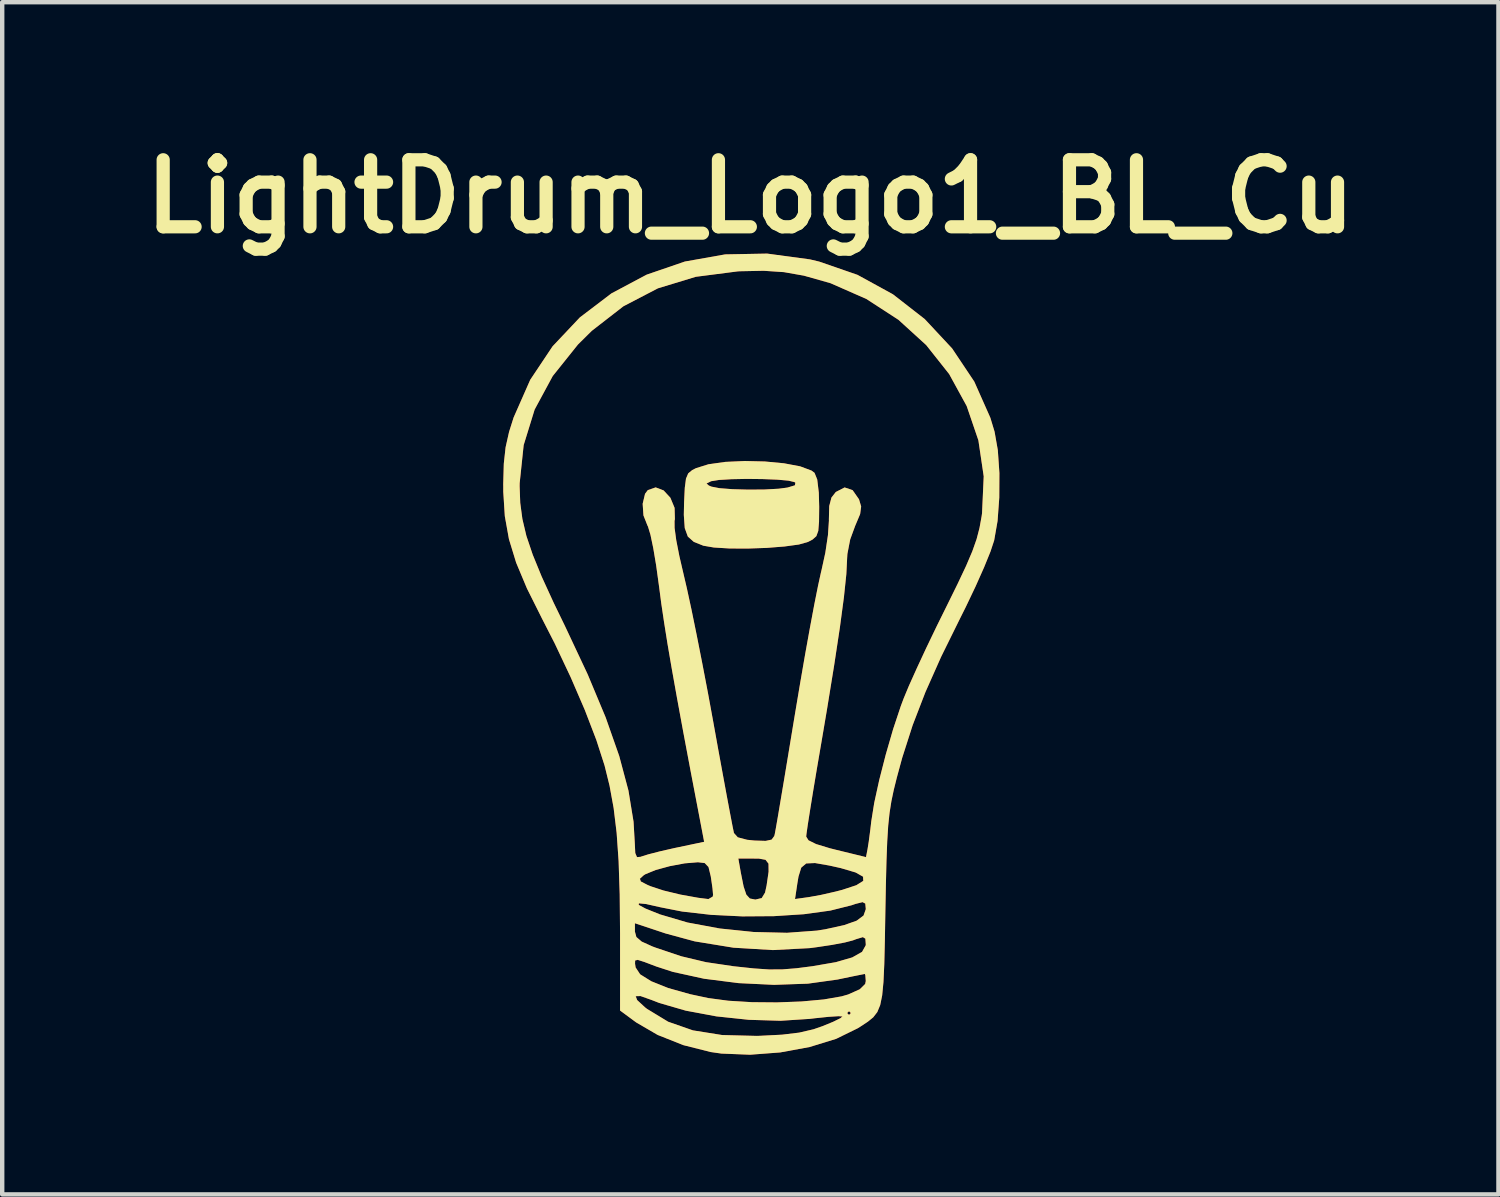
<source format=kicad_pcb>
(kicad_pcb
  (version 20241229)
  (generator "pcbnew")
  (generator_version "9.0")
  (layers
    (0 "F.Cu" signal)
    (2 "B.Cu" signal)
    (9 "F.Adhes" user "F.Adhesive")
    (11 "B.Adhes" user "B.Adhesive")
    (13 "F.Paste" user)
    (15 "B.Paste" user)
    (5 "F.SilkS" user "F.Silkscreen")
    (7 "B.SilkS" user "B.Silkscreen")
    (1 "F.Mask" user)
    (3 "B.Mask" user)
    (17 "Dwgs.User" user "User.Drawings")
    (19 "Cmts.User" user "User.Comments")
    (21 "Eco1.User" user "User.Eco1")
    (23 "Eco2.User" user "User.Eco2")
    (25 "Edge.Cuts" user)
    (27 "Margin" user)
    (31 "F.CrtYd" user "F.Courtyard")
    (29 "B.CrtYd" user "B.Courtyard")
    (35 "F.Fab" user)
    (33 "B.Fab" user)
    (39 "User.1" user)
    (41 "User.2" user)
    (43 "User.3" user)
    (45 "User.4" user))
  (footprint "LightDrum_Logo1_BL_Cu"
    (layer "F.Cu")
    (at 14.014 11.818)
    (property "Reference" "LightDrum_Logo1_BL_Cu" (at 0 -10.4 0) (layer "F.SilkS") (effects (font (size 1.524 1.524) (thickness 0.3))))
    (attr board_only exclude_from_pos_files exclude_from_bom)
    (fp_poly (pts (xy 0.333 -4.373) (xy 0.765 -4.332) (xy 1.132 -4.263) (xy 1.39 -4.167) (xy 1.46 -4.115) (xy 1.521 -3.963) (xy 1.557 -3.664) (xy 1.566 -3.339) (xy 1.562 -3.003) (xy 1.545 -2.796) (xy 1.501 -2.675) (xy 1.416 -2.599) (xy 1.312 -2.544) (xy 1.105 -2.485) (xy 0.777 -2.44) (xy 0.372 -2.408) (xy -0.061 -2.393) (xy -0.478 -2.395) (xy -0.83 -2.417) (xy -1.069 -2.458) (xy -1.286 -2.545) (xy -1.422 -2.666) (xy -1.492 -2.859) (xy -1.513 -3.159) (xy -1.507 -3.441) (xy -1.491 -3.776) (xy -1.478 -3.872) (xy -0.997 -3.872) (xy -0.943 -3.826) (xy -0.883 -3.801) (xy -0.702 -3.766) (xy -0.406 -3.743) (xy -0.047 -3.733) (xy 0.322 -3.736) (xy 0.646 -3.754) (xy 0.843 -3.78) (xy 1.013 -3.831) (xy 1.024 -3.889) (xy 1.002 -3.905) (xy 0.868 -3.937) (xy 0.612 -3.96) (xy 0.279 -3.973) (xy -0.084 -3.977) (xy -0.43 -3.97) (xy -0.714 -3.953) (xy -0.888 -3.925) (xy -0.897 -3.922) (xy -0.997 -3.872) (xy -1.478 -3.872) (xy -1.464 -3.983) (xy -1.413 -4.103) (xy -1.322 -4.178) (xy -1.237 -4.221) (xy -0.952 -4.31) (xy -0.567 -4.364) (xy -0.125 -4.384)) (stroke (width 0) (type solid)) (fill yes) (layer "F.Cu"))
    (fp_poly (pts (xy 1.356 -8.969) (xy 1.566 -8.919) (xy 2.436 -8.618) (xy 3.242 -8.176) (xy 3.966 -7.612) (xy 4.589 -6.944) (xy 5.093 -6.19) (xy 5.458 -5.368) (xy 5.554 -5.051) (xy 5.628 -4.631) (xy 5.664 -4.11) (xy 5.661 -3.551) (xy 5.622 -3.019) (xy 5.545 -2.579) (xy 5.462 -2.327) (xy 5.315 -1.965) (xy 5.123 -1.534) (xy 4.903 -1.072) (xy 4.783 -0.832) (xy 4.339 0.068) (xy 3.981 0.873) (xy 3.691 1.625) (xy 3.454 2.364) (xy 3.331 2.816) (xy 3.261 3.098) (xy 3.207 3.356) (xy 3.166 3.617) (xy 3.135 3.91) (xy 3.113 4.263) (xy 3.096 4.705) (xy 3.082 5.264) (xy 3.071 5.842) (xy 3.059 6.524) (xy 3.046 7.057) (xy 3.027 7.465) (xy 2.998 7.768) (xy 2.953 7.989) (xy 2.887 8.148) (xy 2.795 8.267) (xy 2.672 8.367) (xy 2.513 8.472) (xy 2.441 8.517) (xy 1.951 8.757) (xy 1.347 8.943) (xy 0.679 9.066) (xy -0.005 9.118) (xy -0.656 9.092) (xy -0.902 9.057) (xy -1.524 8.9) (xy -2.108 8.668) (xy -2.592 8.386) (xy -2.608 8.375) (xy -2.963 8.113) (xy -2.963 7.787) (xy -2.608 7.787) (xy -2.574 7.875) (xy -2.393 8.042) (xy -2.349 8.076) (xy -1.868 8.368) (xy -1.306 8.564) (xy -0.641 8.67) (xy 0.149 8.69) (xy 0.212 8.688) (xy 0.721 8.662) (xy 1.112 8.615) (xy 1.437 8.539) (xy 1.636 8.47) (xy 1.885 8.368) (xy 2.051 8.286) (xy 2.095 8.247) (xy 2.001 8.242) (xy 1.781 8.256) (xy 1.475 8.288) (xy 1.348 8.303) (xy 0.689 8.346) (xy -0.035 8.324) (xy -0.772 8.246) (xy -1.178 8.17) (xy 2.201 8.17) (xy 2.244 8.213) (xy 2.286 8.17) (xy 2.244 8.128) (xy 2.201 8.17) (xy -1.178 8.17) (xy -1.468 8.116) (xy -2.069 7.942) (xy -2.246 7.873) (xy -2.497 7.784) (xy -2.608 7.787) (xy -2.963 7.787) (xy -2.963 7.049) (xy -2.622 7.049) (xy -2.609 7.133) (xy -2.506 7.289) (xy -2.253 7.447) (xy -1.868 7.601) (xy -1.37 7.741) (xy -0.959 7.829) (xy -0.502 7.89) (xy 0.035 7.923) (xy 0.605 7.928) (xy 1.165 7.907) (xy 1.669 7.861) (xy 2.073 7.791) (xy 2.223 7.748) (xy 2.489 7.629) (xy 2.611 7.509) (xy 2.625 7.443) (xy 2.615 7.309) (xy 2.603 7.281) (xy 2.517 7.298) (xy 2.308 7.34) (xy 2.02 7.4) (xy 1.99 7.407) (xy 1.309 7.502) (xy 0.539 7.529) (xy -0.266 7.49) (xy -1.052 7.39) (xy -1.763 7.234) (xy -2.138 7.112) (xy -2.412 7.008) (xy -2.561 6.961) (xy -2.62 6.975) (xy -2.622 7.049) (xy -2.963 7.049) (xy -2.963 6.362) (xy -2.965 6.128) (xy -2.625 6.128) (xy -2.625 6.318) (xy -2.592 6.441) (xy -2.471 6.545) (xy -2.228 6.655) (xy -2.159 6.681) (xy -1.57 6.879) (xy -1.008 7.013) (xy -0.38 7.106) (xy 0.077 7.155) (xy 0.427 7.179) (xy 0.732 7.177) (xy 1.053 7.151) (xy 1.411 7.105) (xy 1.944 7.013) (xy 2.317 6.905) (xy 2.54 6.779) (xy 2.624 6.629) (xy 2.625 6.608) (xy 2.616 6.479) (xy 2.559 6.444) (xy 2.406 6.49) (xy 2.332 6.518) (xy 2.151 6.565) (xy 1.854 6.621) (xy 1.494 6.675) (xy 1.348 6.694) (xy 0.512 6.738) (xy -0.384 6.684) (xy -1.266 6.54) (xy -1.926 6.361) (xy -2.625 6.128) (xy -2.965 6.128) (xy -2.969 5.71) (xy -2.539 5.71) (xy -2.384 5.794) (xy -2.069 5.921) (xy -2.063 5.924) (xy -1.429 6.111) (xy -0.696 6.247) (xy 0.078 6.327) (xy 0.834 6.345) (xy 1.515 6.295) (xy 1.703 6.265) (xy 2.134 6.17) (xy 2.417 6.07) (xy 2.574 5.953) (xy 2.625 5.809) (xy 2.625 5.799) (xy 2.614 5.681) (xy 2.552 5.648) (xy 2.393 5.688) (xy 2.302 5.719) (xy 1.82 5.84) (xy 1.216 5.923) (xy 0.533 5.967) (xy -0.184 5.972) (xy -0.893 5.937) (xy -1.551 5.862) (xy -2.048 5.764) (xy -2.371 5.691) (xy -2.534 5.675) (xy -2.539 5.71) (xy -2.969 5.71) (xy -2.971 5.468) (xy -2.983 5.116) (xy -2.512 5.116) (xy -2.49 5.178) (xy -2.337 5.257) (xy -2.266 5.287) (xy -1.975 5.383) (xy -1.59 5.476) (xy -1.184 5.549) (xy -0.953 5.578) (xy -0.856 5.522) (xy -0.848 5.482) (xy -0.861 5.333) (xy -0.894 5.103) (xy -0.901 5.059) (xy -0.952 4.849) (xy -1.039 4.759) (xy -1.192 4.741) (xy -1.492 4.766) (xy -1.833 4.83) (xy -2.152 4.917) (xy -2.385 5.012) (xy -2.425 5.037) (xy -2.512 5.116) (xy -2.983 5.116) (xy -2.996 4.714) (xy -3 4.657) (xy -0.273 4.657) (xy -0.217 4.974) (xy -0.153 5.293) (xy -0.091 5.478) (xy -0.011 5.565) (xy 0.106 5.588) (xy 0.122 5.588) (xy 0.167 5.577) (xy 1.016 5.577) (xy 1.333 5.533) (xy 1.608 5.483) (xy 1.941 5.407) (xy 2.091 5.368) (xy 2.41 5.263) (xy 2.568 5.164) (xy 2.563 5.069) (xy 2.393 4.973) (xy 2.057 4.874) (xy 1.797 4.816) (xy 1.471 4.759) (xy 1.271 4.768) (xy 1.158 4.863) (xy 1.095 5.067) (xy 1.069 5.223) (xy 1.016 5.577) (xy 0.167 5.577) (xy 0.258 5.556) (xy 0.334 5.431) (xy 0.369 5.271) (xy 0.415 4.956) (xy 0.413 4.773) (xy 0.345 4.685) (xy 0.195 4.658) (xy 0.075 4.657) (xy -0.273 4.657) (xy -3 4.657) (xy -3.041 4.071) (xy -3.109 3.509) (xy -3.202 3) (xy -3.315 2.542) (xy -3.502 1.962) (xy -3.764 1.28) (xy -4.085 0.536) (xy -4.447 -0.231) (xy -4.74 -0.804) (xy -5.08 -1.484) (xy -5.326 -2.071) (xy -5.49 -2.607) (xy -5.584 -3.131) (xy -5.619 -3.685) (xy -5.619 -3.81) (xy -5.247 -3.81) (xy -5.233 -3.432) (xy -5.184 -3.065) (xy -5.093 -2.681) (xy -4.949 -2.254) (xy -4.745 -1.755) (xy -4.471 -1.157) (xy -4.215 -0.63) (xy -3.7 0.466) (xy -3.29 1.447) (xy -2.982 2.324) (xy -2.772 3.111) (xy -2.656 3.82) (xy -2.628 4.306) (xy -2.617 4.532) (xy -2.578 4.624) (xy -2.493 4.617) (xy -2.477 4.61) (xy -2.324 4.562) (xy -2.06 4.494) (xy -1.736 4.42) (xy -1.689 4.41) (xy -1.051 4.276) (xy -1.156 3.725) (xy -1.357 2.675) (xy -1.527 1.773) (xy -1.669 1) (xy -1.787 0.34) (xy -1.884 -0.226) (xy -1.962 -0.716) (xy -2.026 -1.147) (xy -2.077 -1.538) (xy -2.081 -1.566) (xy -2.142 -2.009) (xy -2.208 -2.402) (xy -2.272 -2.708) (xy -2.328 -2.893) (xy -2.341 -2.919) (xy -2.431 -3.147) (xy -2.449 -3.411) (xy -2.395 -3.638) (xy -2.332 -3.722) (xy -2.153 -3.784) (xy -1.972 -3.715) (xy -1.818 -3.548) (xy -1.723 -3.319) (xy -1.716 -3.061) (xy -1.724 -3.022) (xy -1.723 -2.864) (xy -1.685 -2.583) (xy -1.614 -2.221) (xy -1.526 -1.842) (xy -1.444 -1.491) (xy -1.339 -1.007) (xy -1.22 -0.425) (xy -1.092 0.223) (xy -0.962 0.902) (xy -0.845 1.539) (xy -0.733 2.16) (xy -0.628 2.732) (xy -0.536 3.23) (xy -0.46 3.634) (xy -0.405 3.921) (xy -0.375 4.067) (xy -0.372 4.077) (xy -0.285 4.174) (xy -0.072 4.23) (xy 0.092 4.247) (xy 0.349 4.255) (xy 0.484 4.226) (xy 0.544 4.144) (xy 0.554 4.106) (xy 0.577 3.983) (xy 0.624 3.714) (xy 0.69 3.322) (xy 0.773 2.829) (xy 0.868 2.256) (xy 0.972 1.626) (xy 1.017 1.355) (xy 1.131 0.676) (xy 1.245 0.017) (xy 1.355 -0.592) (xy 1.455 -1.126) (xy 1.541 -1.555) (xy 1.606 -1.852) (xy 1.619 -1.905) (xy 1.705 -2.298) (xy 1.765 -2.7) (xy 1.787 -3.03) (xy 1.786 -3.055) (xy 1.794 -3.36) (xy 1.844 -3.552) (xy 1.943 -3.679) (xy 2.144 -3.783) (xy 2.326 -3.721) (xy 2.471 -3.513) (xy 2.52 -3.35) (xy 2.497 -3.178) (xy 2.393 -2.93) (xy 2.386 -2.915) (xy 2.271 -2.601) (xy 2.207 -2.271) (xy 2.201 -2.173) (xy 2.183 -1.812) (xy 2.128 -1.287) (xy 2.036 -0.597) (xy 1.907 0.255) (xy 1.742 1.271) (xy 1.613 2.032) (xy 1.516 2.598) (xy 1.43 3.112) (xy 1.359 3.551) (xy 1.306 3.888) (xy 1.276 4.099) (xy 1.27 4.157) (xy 1.323 4.242) (xy 1.495 4.327) (xy 1.807 4.422) (xy 1.95 4.458) (xy 2.63 4.624) (xy 2.664 4.45) (xy 2.693 4.268) (xy 2.729 3.993) (xy 2.75 3.81) (xy 2.817 3.39) (xy 2.932 2.866) (xy 3.08 2.289) (xy 3.247 1.713) (xy 3.421 1.19) (xy 3.486 1.016) (xy 3.605 0.73) (xy 3.784 0.332) (xy 4.003 -0.139) (xy 4.246 -0.644) (xy 4.451 -1.058) (xy 4.713 -1.59) (xy 4.908 -2.003) (xy 5.048 -2.332) (xy 5.145 -2.607) (xy 5.211 -2.86) (xy 5.259 -3.124) (xy 5.269 -3.196) (xy 5.307 -4.035) (xy 5.186 -4.853) (xy 4.92 -5.633) (xy 4.521 -6.361) (xy 3.999 -7.02) (xy 3.368 -7.595) (xy 2.638 -8.069) (xy 1.822 -8.428) (xy 1.217 -8.599) (xy 0.764 -8.679) (xy 0.302 -8.71) (xy -0.242 -8.699) (xy -0.289 -8.696) (xy -1.241 -8.573) (xy -2.102 -8.311) (xy -2.886 -7.903) (xy -3.606 -7.344) (xy -3.921 -7.032) (xy -4.494 -6.316) (xy -4.905 -5.555) (xy -5.155 -4.745) (xy -5.246 -3.88) (xy -5.247 -3.81) (xy -5.619 -3.81) (xy -5.62 -3.852) (xy -5.607 -4.322) (xy -5.566 -4.696) (xy -5.487 -5.047) (xy -5.384 -5.373) (xy -5.006 -6.231) (xy -4.498 -6.992) (xy -3.877 -7.65) (xy -3.159 -8.196) (xy -2.358 -8.622) (xy -1.49 -8.92) (xy -0.572 -9.083) (xy 0.382 -9.101)) (stroke (width 0) (type solid)) (fill yes) (layer "F.Cu"))
    (fp_poly (pts (xy 0.333 -4.373) (xy 0.765 -4.332) (xy 1.132 -4.263) (xy 1.39 -4.167) (xy 1.46 -4.115) (xy 1.521 -3.963) (xy 1.557 -3.664) (xy 1.566 -3.339) (xy 1.562 -3.003) (xy 1.545 -2.796) (xy 1.501 -2.675) (xy 1.416 -2.599) (xy 1.312 -2.544) (xy 1.105 -2.485) (xy 0.777 -2.44) (xy 0.372 -2.408) (xy -0.061 -2.393) (xy -0.478 -2.395) (xy -0.83 -2.417) (xy -1.069 -2.458) (xy -1.286 -2.545) (xy -1.422 -2.666) (xy -1.492 -2.859) (xy -1.513 -3.159) (xy -1.507 -3.441) (xy -1.491 -3.776) (xy -1.478 -3.872) (xy -0.997 -3.872) (xy -0.943 -3.826) (xy -0.883 -3.801) (xy -0.702 -3.766) (xy -0.406 -3.743) (xy -0.047 -3.733) (xy 0.322 -3.736) (xy 0.646 -3.754) (xy 0.843 -3.78) (xy 1.013 -3.831) (xy 1.024 -3.889) (xy 1.002 -3.905) (xy 0.868 -3.937) (xy 0.612 -3.96) (xy 0.279 -3.973) (xy -0.084 -3.977) (xy -0.43 -3.97) (xy -0.714 -3.953) (xy -0.888 -3.925) (xy -0.897 -3.922) (xy -0.997 -3.872) (xy -1.478 -3.872) (xy -1.464 -3.983) (xy -1.413 -4.103) (xy -1.322 -4.178) (xy -1.237 -4.221) (xy -0.952 -4.31) (xy -0.567 -4.364) (xy -0.125 -4.384)) (stroke (width 0) (type solid)) (fill yes) (layer "F.SilkS"))
    (fp_poly (pts (xy 1.356 -8.969) (xy 1.566 -8.919) (xy 2.436 -8.618) (xy 3.242 -8.176) (xy 3.966 -7.612) (xy 4.589 -6.944) (xy 5.093 -6.19) (xy 5.458 -5.368) (xy 5.554 -5.051) (xy 5.628 -4.631) (xy 5.664 -4.11) (xy 5.661 -3.551) (xy 5.622 -3.019) (xy 5.545 -2.579) (xy 5.462 -2.327) (xy 5.315 -1.965) (xy 5.123 -1.534) (xy 4.903 -1.072) (xy 4.783 -0.832) (xy 4.339 0.068) (xy 3.981 0.873) (xy 3.691 1.625) (xy 3.454 2.364) (xy 3.331 2.816) (xy 3.261 3.098) (xy 3.207 3.356) (xy 3.166 3.617) (xy 3.135 3.91) (xy 3.113 4.263) (xy 3.096 4.705) (xy 3.082 5.264) (xy 3.071 5.842) (xy 3.059 6.524) (xy 3.046 7.057) (xy 3.027 7.465) (xy 2.998 7.768) (xy 2.953 7.989) (xy 2.887 8.148) (xy 2.795 8.267) (xy 2.672 8.367) (xy 2.513 8.472) (xy 2.441 8.517) (xy 1.951 8.757) (xy 1.347 8.943) (xy 0.679 9.066) (xy -0.005 9.118) (xy -0.656 9.092) (xy -0.902 9.057) (xy -1.524 8.9) (xy -2.108 8.668) (xy -2.592 8.386) (xy -2.608 8.375) (xy -2.963 8.113) (xy -2.963 7.787) (xy -2.608 7.787) (xy -2.574 7.875) (xy -2.393 8.042) (xy -2.349 8.076) (xy -1.868 8.368) (xy -1.306 8.564) (xy -0.641 8.67) (xy 0.149 8.69) (xy 0.212 8.688) (xy 0.721 8.662) (xy 1.112 8.615) (xy 1.437 8.539) (xy 1.636 8.47) (xy 1.885 8.368) (xy 2.051 8.286) (xy 2.095 8.247) (xy 2.001 8.242) (xy 1.781 8.256) (xy 1.475 8.288) (xy 1.348 8.303) (xy 0.689 8.346) (xy -0.035 8.324) (xy -0.772 8.246) (xy -1.178 8.17) (xy 2.201 8.17) (xy 2.244 8.213) (xy 2.286 8.17) (xy 2.244 8.128) (xy 2.201 8.17) (xy -1.178 8.17) (xy -1.468 8.116) (xy -2.069 7.942) (xy -2.246 7.873) (xy -2.497 7.784) (xy -2.608 7.787) (xy -2.963 7.787) (xy -2.963 7.049) (xy -2.622 7.049) (xy -2.609 7.133) (xy -2.506 7.289) (xy -2.253 7.447) (xy -1.868 7.601) (xy -1.37 7.741) (xy -0.959 7.829) (xy -0.502 7.89) (xy 0.035 7.923) (xy 0.605 7.928) (xy 1.165 7.907) (xy 1.669 7.861) (xy 2.073 7.791) (xy 2.223 7.748) (xy 2.489 7.629) (xy 2.611 7.509) (xy 2.625 7.443) (xy 2.615 7.309) (xy 2.603 7.281) (xy 2.517 7.298) (xy 2.308 7.34) (xy 2.02 7.4) (xy 1.99 7.407) (xy 1.309 7.502) (xy 0.539 7.529) (xy -0.266 7.49) (xy -1.052 7.39) (xy -1.763 7.234) (xy -2.138 7.112) (xy -2.412 7.008) (xy -2.561 6.961) (xy -2.62 6.975) (xy -2.622 7.049) (xy -2.963 7.049) (xy -2.963 6.362) (xy -2.965 6.128) (xy -2.625 6.128) (xy -2.625 6.318) (xy -2.592 6.441) (xy -2.471 6.545) (xy -2.228 6.655) (xy -2.159 6.681) (xy -1.57 6.879) (xy -1.008 7.013) (xy -0.38 7.106) (xy 0.077 7.155) (xy 0.427 7.179) (xy 0.732 7.177) (xy 1.053 7.151) (xy 1.411 7.105) (xy 1.944 7.013) (xy 2.317 6.905) (xy 2.54 6.779) (xy 2.624 6.629) (xy 2.625 6.608) (xy 2.616 6.479) (xy 2.559 6.444) (xy 2.406 6.49) (xy 2.332 6.518) (xy 2.151 6.565) (xy 1.854 6.621) (xy 1.494 6.675) (xy 1.348 6.694) (xy 0.512 6.738) (xy -0.384 6.684) (xy -1.266 6.54) (xy -1.926 6.361) (xy -2.625 6.128) (xy -2.965 6.128) (xy -2.969 5.71) (xy -2.539 5.71) (xy -2.384 5.794) (xy -2.069 5.921) (xy -2.063 5.924) (xy -1.429 6.111) (xy -0.696 6.247) (xy 0.078 6.327) (xy 0.834 6.345) (xy 1.515 6.295) (xy 1.703 6.265) (xy 2.134 6.17) (xy 2.417 6.07) (xy 2.574 5.953) (xy 2.625 5.809) (xy 2.625 5.799) (xy 2.614 5.681) (xy 2.552 5.648) (xy 2.393 5.688) (xy 2.302 5.719) (xy 1.82 5.84) (xy 1.216 5.923) (xy 0.533 5.967) (xy -0.184 5.972) (xy -0.893 5.937) (xy -1.551 5.862) (xy -2.048 5.764) (xy -2.371 5.691) (xy -2.534 5.675) (xy -2.539 5.71) (xy -2.969 5.71) (xy -2.971 5.468) (xy -2.983 5.116) (xy -2.512 5.116) (xy -2.49 5.178) (xy -2.337 5.257) (xy -2.266 5.287) (xy -1.975 5.383) (xy -1.59 5.476) (xy -1.184 5.549) (xy -0.953 5.578) (xy -0.856 5.522) (xy -0.848 5.482) (xy -0.861 5.333) (xy -0.894 5.103) (xy -0.901 5.059) (xy -0.952 4.849) (xy -1.039 4.759) (xy -1.192 4.741) (xy -1.492 4.766) (xy -1.833 4.83) (xy -2.152 4.917) (xy -2.385 5.012) (xy -2.425 5.037) (xy -2.512 5.116) (xy -2.983 5.116) (xy -2.996 4.714) (xy -3 4.657) (xy -0.273 4.657) (xy -0.217 4.974) (xy -0.153 5.293) (xy -0.091 5.478) (xy -0.011 5.565) (xy 0.106 5.588) (xy 0.122 5.588) (xy 0.167 5.577) (xy 1.016 5.577) (xy 1.333 5.533) (xy 1.608 5.483) (xy 1.941 5.407) (xy 2.091 5.368) (xy 2.41 5.263) (xy 2.568 5.164) (xy 2.563 5.069) (xy 2.393 4.973) (xy 2.057 4.874) (xy 1.797 4.816) (xy 1.471 4.759) (xy 1.271 4.768) (xy 1.158 4.863) (xy 1.095 5.067) (xy 1.069 5.223) (xy 1.016 5.577) (xy 0.167 5.577) (xy 0.258 5.556) (xy 0.334 5.431) (xy 0.369 5.271) (xy 0.415 4.956) (xy 0.413 4.773) (xy 0.345 4.685) (xy 0.195 4.658) (xy 0.075 4.657) (xy -0.273 4.657) (xy -3 4.657) (xy -3.041 4.071) (xy -3.109 3.509) (xy -3.202 3) (xy -3.315 2.542) (xy -3.502 1.962) (xy -3.764 1.28) (xy -4.085 0.536) (xy -4.447 -0.231) (xy -4.74 -0.804) (xy -5.08 -1.484) (xy -5.326 -2.071) (xy -5.49 -2.607) (xy -5.584 -3.131) (xy -5.619 -3.685) (xy -5.619 -3.81) (xy -5.247 -3.81) (xy -5.233 -3.432) (xy -5.184 -3.065) (xy -5.093 -2.681) (xy -4.949 -2.254) (xy -4.745 -1.755) (xy -4.471 -1.157) (xy -4.215 -0.63) (xy -3.7 0.466) (xy -3.29 1.447) (xy -2.982 2.324) (xy -2.772 3.111) (xy -2.656 3.82) (xy -2.628 4.306) (xy -2.617 4.532) (xy -2.578 4.624) (xy -2.493 4.617) (xy -2.477 4.61) (xy -2.324 4.562) (xy -2.06 4.494) (xy -1.736 4.42) (xy -1.689 4.41) (xy -1.051 4.276) (xy -1.156 3.725) (xy -1.357 2.675) (xy -1.527 1.773) (xy -1.669 1) (xy -1.787 0.34) (xy -1.884 -0.226) (xy -1.962 -0.716) (xy -2.026 -1.147) (xy -2.077 -1.538) (xy -2.081 -1.566) (xy -2.142 -2.009) (xy -2.208 -2.402) (xy -2.272 -2.708) (xy -2.328 -2.893) (xy -2.341 -2.919) (xy -2.431 -3.147) (xy -2.449 -3.411) (xy -2.395 -3.638) (xy -2.332 -3.722) (xy -2.153 -3.784) (xy -1.972 -3.715) (xy -1.818 -3.548) (xy -1.723 -3.319) (xy -1.716 -3.061) (xy -1.724 -3.022) (xy -1.723 -2.864) (xy -1.685 -2.583) (xy -1.614 -2.221) (xy -1.526 -1.842) (xy -1.444 -1.491) (xy -1.339 -1.007) (xy -1.22 -0.425) (xy -1.092 0.223) (xy -0.962 0.902) (xy -0.845 1.539) (xy -0.733 2.16) (xy -0.628 2.732) (xy -0.536 3.23) (xy -0.46 3.634) (xy -0.405 3.921) (xy -0.375 4.067) (xy -0.372 4.077) (xy -0.285 4.174) (xy -0.072 4.23) (xy 0.092 4.247) (xy 0.349 4.255) (xy 0.484 4.226) (xy 0.544 4.144) (xy 0.554 4.106) (xy 0.577 3.983) (xy 0.624 3.714) (xy 0.69 3.322) (xy 0.773 2.829) (xy 0.868 2.256) (xy 0.972 1.626) (xy 1.017 1.355) (xy 1.131 0.676) (xy 1.245 0.017) (xy 1.355 -0.592) (xy 1.455 -1.126) (xy 1.541 -1.555) (xy 1.606 -1.852) (xy 1.619 -1.905) (xy 1.705 -2.298) (xy 1.765 -2.7) (xy 1.787 -3.03) (xy 1.786 -3.055) (xy 1.794 -3.36) (xy 1.844 -3.552) (xy 1.943 -3.679) (xy 2.144 -3.783) (xy 2.326 -3.721) (xy 2.471 -3.513) (xy 2.52 -3.35) (xy 2.497 -3.178) (xy 2.393 -2.93) (xy 2.386 -2.915) (xy 2.271 -2.601) (xy 2.207 -2.271) (xy 2.201 -2.173) (xy 2.183 -1.812) (xy 2.128 -1.287) (xy 2.036 -0.597) (xy 1.907 0.255) (xy 1.742 1.271) (xy 1.613 2.032) (xy 1.516 2.598) (xy 1.43 3.112) (xy 1.359 3.551) (xy 1.306 3.888) (xy 1.276 4.099) (xy 1.27 4.157) (xy 1.323 4.242) (xy 1.495 4.327) (xy 1.807 4.422) (xy 1.95 4.458) (xy 2.63 4.624) (xy 2.664 4.45) (xy 2.693 4.268) (xy 2.729 3.993) (xy 2.75 3.81) (xy 2.817 3.39) (xy 2.932 2.866) (xy 3.08 2.289) (xy 3.247 1.713) (xy 3.421 1.19) (xy 3.486 1.016) (xy 3.605 0.73) (xy 3.784 0.332) (xy 4.003 -0.139) (xy 4.246 -0.644) (xy 4.451 -1.058) (xy 4.713 -1.59) (xy 4.908 -2.003) (xy 5.048 -2.332) (xy 5.145 -2.607) (xy 5.211 -2.86) (xy 5.259 -3.124) (xy 5.269 -3.196) (xy 5.307 -4.035) (xy 5.186 -4.853) (xy 4.92 -5.633) (xy 4.521 -6.361) (xy 3.999 -7.02) (xy 3.368 -7.595) (xy 2.638 -8.069) (xy 1.822 -8.428) (xy 1.217 -8.599) (xy 0.764 -8.679) (xy 0.302 -8.71) (xy -0.242 -8.699) (xy -0.289 -8.696) (xy -1.241 -8.573) (xy -2.102 -8.311) (xy -2.886 -7.903) (xy -3.606 -7.344) (xy -3.921 -7.032) (xy -4.494 -6.316) (xy -4.905 -5.555) (xy -5.155 -4.745) (xy -5.246 -3.88) (xy -5.247 -3.81) (xy -5.619 -3.81) (xy -5.62 -3.852) (xy -5.607 -4.322) (xy -5.566 -4.696) (xy -5.487 -5.047) (xy -5.384 -5.373) (xy -5.006 -6.231) (xy -4.498 -6.992) (xy -3.877 -7.65) (xy -3.159 -8.196) (xy -2.358 -8.622) (xy -1.49 -8.92) (xy -0.572 -9.083) (xy 0.382 -9.101)) (stroke (width 0) (type solid)) (fill yes) (layer "F.SilkS"))
    (zone (net_name "") (layer "F.Cu") (hatch edge 0.5) (connect_pads) (min_thickness 0.25) (filled_areas_thickness no) (keepout (tracks allowed) (vias allowed) (pads allowed) (copperpour not_allowed) (footprints allowed)) (placement (enabled no)) (fill) (polygon (pts (xy 10.914 19.818) (xy 10.914 18.118) (xy 10.88 16.966) (xy 10.833 16.192) (xy 10.748 15.362) (xy 10.563 14.555) (xy 10.278 13.656) (xy 9.786 12.462) (xy 9.128 11.107) (xy 8.745 10.327) (xy 8.526 9.769) (xy 8.367 9.249) (xy 8.272 8.68) (xy 8.24 8.075) (xy 8.248 7.562) (xy 8.298 7.037) (xy 8.423 6.561) (xy 8.578 6.106) (xy 8.793 5.644) (xy 9.022 5.245) (xy 9.337 4.772) (xy 9.995 4.106) (xy 10.714 3.518) (xy 11.614 3.018) (xy 12.514 2.718) (xy 13.415 2.565) (xy 14.414 2.56) (xy 15.524 2.729) (xy 16.414 3.018) (xy 17.314 3.518) (xy 18.019 4.053) (xy 18.621 4.632) (xy 19.166 5.409) (xy 19.528 6.17) (xy 19.728 6.751) (xy 19.808 7.308) (xy 19.839 7.959) (xy 19.816 8.653) (xy 19.72 9.315) (xy 19.504 9.924) (xy 19.153 10.696) (xy 18.785 11.419) (xy 18.447 12.117) (xy 18.188 12.758) (xy 17.894 13.471) (xy 17.665 14.177) (xy 17.443 14.978) (xy 17.321 15.766) (xy 17.295 16.49) (xy 17.287 17.153) (xy 17.258 19.075) (xy 17.247 19.484) (xy 17.189 19.846) (xy 17.041 20.153) (xy 16.835 20.367) (xy 16.454 20.592) (xy 15.801 20.851) (xy 15.133 21.009) (xy 14.366 21.112) (xy 13.552 21.094) (xy 12.86 21.004) (xy 12.189 20.793) (xy 11.544 20.502) (xy 11.121 20.211) (xy 10.949 20.042))))
    (zone (net_name "") (layer "B.Cu") (hatch edge 0.5) (connect_pads) (min_thickness 0.25) (filled_areas_thickness no) (keepout (tracks allowed) (vias not_allowed) (pads allowed) (copperpour allowed) (footprints allowed)) (placement (enabled no)) (fill) (polygon (pts (xy 10.914 19.818) (xy 10.914 18.118) (xy 10.88 16.966) (xy 10.833 16.192) (xy 10.748 15.362) (xy 10.563 14.555) (xy 10.278 13.656) (xy 9.786 12.462) (xy 9.128 11.107) (xy 8.745 10.327) (xy 8.526 9.769) (xy 8.367 9.249) (xy 8.272 8.68) (xy 8.24 8.075) (xy 8.248 7.562) (xy 8.298 7.037) (xy 8.423 6.561) (xy 8.578 6.106) (xy 8.793 5.644) (xy 9.022 5.245) (xy 9.337 4.772) (xy 9.995 4.106) (xy 10.714 3.518) (xy 11.614 3.018) (xy 12.514 2.718) (xy 13.415 2.565) (xy 14.414 2.56) (xy 15.524 2.729) (xy 16.414 3.018) (xy 17.314 3.518) (xy 18.019 4.053) (xy 18.621 4.632) (xy 19.166 5.409) (xy 19.528 6.17) (xy 19.728 6.751) (xy 19.808 7.308) (xy 19.839 7.959) (xy 19.816 8.653) (xy 19.72 9.315) (xy 19.504 9.924) (xy 19.153 10.696) (xy 18.785 11.419) (xy 18.447 12.117) (xy 18.188 12.758) (xy 17.894 13.471) (xy 17.665 14.177) (xy 17.443 14.978) (xy 17.321 15.766) (xy 17.295 16.49) (xy 17.287 17.153) (xy 17.258 19.075) (xy 17.247 19.484) (xy 17.189 19.846) (xy 17.041 20.153) (xy 16.835 20.367) (xy 16.454 20.592) (xy 15.801 20.851) (xy 15.133 21.009) (xy 14.366 21.112) (xy 13.552 21.094) (xy 12.86 21.004) (xy 12.189 20.793) (xy 11.544 20.502) (xy 11.121 20.211) (xy 10.949 20.042)))))
  (gr_rect
    (start -3 -3)
    (end 31.027 24.112)
    (stroke (width 0.1) (type default))
    (fill no)
    (layer "Edge.Cuts")))
</source>
